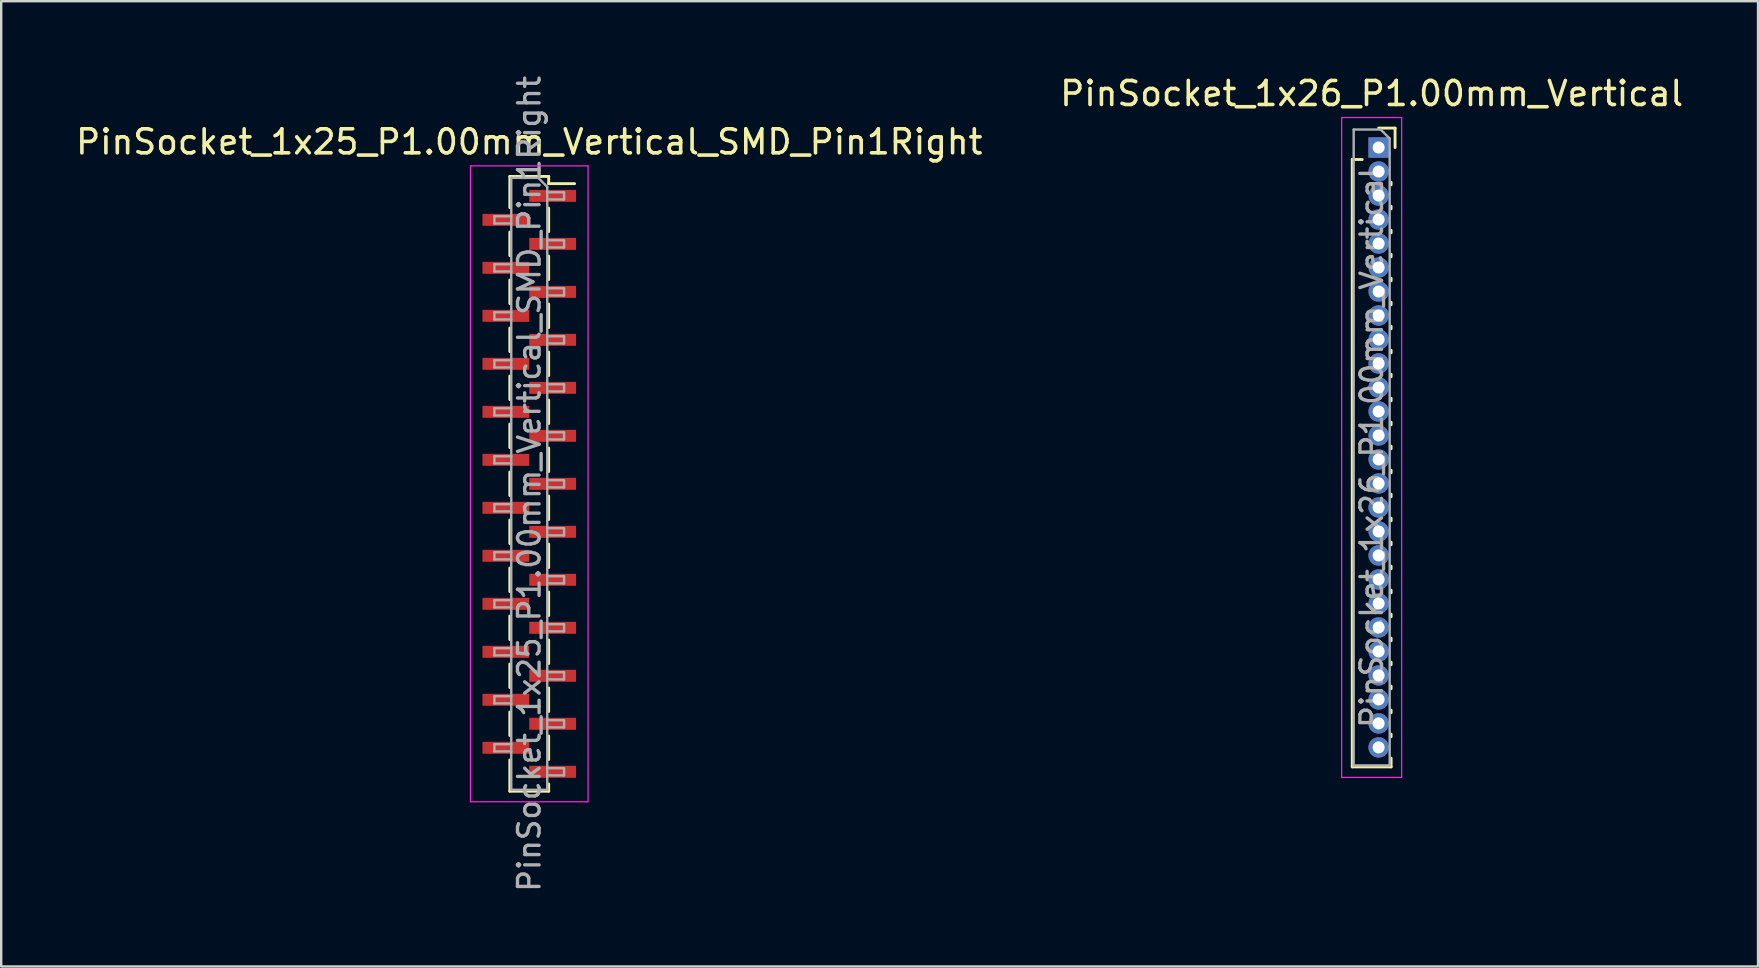
<source format=kicad_pcb>
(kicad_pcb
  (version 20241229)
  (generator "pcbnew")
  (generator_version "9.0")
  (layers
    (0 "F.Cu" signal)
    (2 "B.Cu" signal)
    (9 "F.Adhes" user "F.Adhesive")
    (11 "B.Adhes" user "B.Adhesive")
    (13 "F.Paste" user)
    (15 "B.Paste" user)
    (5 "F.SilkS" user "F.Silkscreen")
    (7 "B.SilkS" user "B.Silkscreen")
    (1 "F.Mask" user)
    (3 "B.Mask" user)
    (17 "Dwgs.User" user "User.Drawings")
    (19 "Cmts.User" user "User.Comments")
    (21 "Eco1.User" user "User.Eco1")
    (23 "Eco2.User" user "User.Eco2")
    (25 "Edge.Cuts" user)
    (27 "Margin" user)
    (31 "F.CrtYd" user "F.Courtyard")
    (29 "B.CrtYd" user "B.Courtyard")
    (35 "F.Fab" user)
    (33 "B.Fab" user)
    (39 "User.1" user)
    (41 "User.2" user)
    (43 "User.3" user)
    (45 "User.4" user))
  (footprint "PinSocket_1x25_P1.00mm_Vertical_SMD_Pin1Right"
    (layer "F.Cu")
    (at 19.006 17.113)
    (property "Reference" "PinSocket_1x25_P1.00mm_Vertical_SMD_Pin1Right" (at 0 -14.25 0) (layer "F.SilkS") (effects (font (size 1 1) (thickness 0.15))))
    (attr smd)
    (fp_line (start -0.81 -12.81) (end -0.81 -11.51) (stroke (width 0.12) (type solid)) (layer "F.SilkS"))
    (fp_line (start -0.81 -12.81) (end 0.81 -12.81) (stroke (width 0.12) (type solid)) (layer "F.SilkS"))
    (fp_line (start -0.81 -10.49) (end -0.81 -9.51) (stroke (width 0.12) (type solid)) (layer "F.SilkS"))
    (fp_line (start -0.81 -8.49) (end -0.81 -7.51) (stroke (width 0.12) (type solid)) (layer "F.SilkS"))
    (fp_line (start -0.81 -6.49) (end -0.81 -5.51) (stroke (width 0.12) (type solid)) (layer "F.SilkS"))
    (fp_line (start -0.81 -4.49) (end -0.81 -3.51) (stroke (width 0.12) (type solid)) (layer "F.SilkS"))
    (fp_line (start -0.81 -2.49) (end -0.81 -1.51) (stroke (width 0.12) (type solid)) (layer "F.SilkS"))
    (fp_line (start -0.81 -0.49) (end -0.81 0.49) (stroke (width 0.12) (type solid)) (layer "F.SilkS"))
    (fp_line (start -0.81 1.51) (end -0.81 2.49) (stroke (width 0.12) (type solid)) (layer "F.SilkS"))
    (fp_line (start -0.81 3.51) (end -0.81 4.49) (stroke (width 0.12) (type solid)) (layer "F.SilkS"))
    (fp_line (start -0.81 5.51) (end -0.81 6.49) (stroke (width 0.12) (type solid)) (layer "F.SilkS"))
    (fp_line (start -0.81 7.51) (end -0.81 8.49) (stroke (width 0.12) (type solid)) (layer "F.SilkS"))
    (fp_line (start -0.81 9.51) (end -0.81 10.49) (stroke (width 0.12) (type solid)) (layer "F.SilkS"))
    (fp_line (start -0.81 11.51) (end -0.81 12.81) (stroke (width 0.12) (type solid)) (layer "F.SilkS"))
    (fp_line (start -0.81 12.81) (end 0.81 12.81) (stroke (width 0.12) (type solid)) (layer "F.SilkS"))
    (fp_line (start 0.81 -12.81) (end 0.81 -12.51) (stroke (width 0.12) (type solid)) (layer "F.SilkS"))
    (fp_line (start 0.81 -12.51) (end 1.89 -12.51) (stroke (width 0.12) (type solid)) (layer "F.SilkS"))
    (fp_line (start 0.81 -11.49) (end 0.81 -10.51) (stroke (width 0.12) (type solid)) (layer "F.SilkS"))
    (fp_line (start 0.81 -9.49) (end 0.81 -8.51) (stroke (width 0.12) (type solid)) (layer "F.SilkS"))
    (fp_line (start 0.81 -7.49) (end 0.81 -6.51) (stroke (width 0.12) (type solid)) (layer "F.SilkS"))
    (fp_line (start 0.81 -5.49) (end 0.81 -4.51) (stroke (width 0.12) (type solid)) (layer "F.SilkS"))
    (fp_line (start 0.81 -3.49) (end 0.81 -2.51) (stroke (width 0.12) (type solid)) (layer "F.SilkS"))
    (fp_line (start 0.81 -1.49) (end 0.81 -0.51) (stroke (width 0.12) (type solid)) (layer "F.SilkS"))
    (fp_line (start 0.81 0.51) (end 0.81 1.49) (stroke (width 0.12) (type solid)) (layer "F.SilkS"))
    (fp_line (start 0.81 2.51) (end 0.81 3.49) (stroke (width 0.12) (type solid)) (layer "F.SilkS"))
    (fp_line (start 0.81 4.51) (end 0.81 5.49) (stroke (width 0.12) (type solid)) (layer "F.SilkS"))
    (fp_line (start 0.81 6.51) (end 0.81 7.49) (stroke (width 0.12) (type solid)) (layer "F.SilkS"))
    (fp_line (start 0.81 8.51) (end 0.81 9.49) (stroke (width 0.12) (type solid)) (layer "F.SilkS"))
    (fp_line (start 0.81 10.51) (end 0.81 11.49) (stroke (width 0.12) (type solid)) (layer "F.SilkS"))
    (fp_line (start 0.81 12.51) (end 0.81 12.81) (stroke (width 0.12) (type solid)) (layer "F.SilkS"))
    (fp_line (start -2.45 -13.25) (end 2.45 -13.25) (stroke (width 0.05) (type solid)) (layer "F.CrtYd"))
    (fp_line (start -2.45 13.25) (end -2.45 -13.25) (stroke (width 0.05) (type solid)) (layer "F.CrtYd"))
    (fp_line (start 2.45 -13.25) (end 2.45 13.25) (stroke (width 0.05) (type solid)) (layer "F.CrtYd"))
    (fp_line (start 2.45 13.25) (end -2.45 13.25) (stroke (width 0.05) (type solid)) (layer "F.CrtYd"))
    (fp_line (start -1.45 -11.15) (end -0.75 -11.15) (stroke (width 0.1) (type solid)) (layer "F.Fab"))
    (fp_line (start -1.45 -10.85) (end -1.45 -11.15) (stroke (width 0.1) (type solid)) (layer "F.Fab"))
    (fp_line (start -1.45 -9.15) (end -0.75 -9.15) (stroke (width 0.1) (type solid)) (layer "F.Fab"))
    (fp_line (start -1.45 -8.85) (end -1.45 -9.15) (stroke (width 0.1) (type solid)) (layer "F.Fab"))
    (fp_line (start -1.45 -7.15) (end -0.75 -7.15) (stroke (width 0.1) (type solid)) (layer "F.Fab"))
    (fp_line (start -1.45 -6.85) (end -1.45 -7.15) (stroke (width 0.1) (type solid)) (layer "F.Fab"))
    (fp_line (start -1.45 -5.15) (end -0.75 -5.15) (stroke (width 0.1) (type solid)) (layer "F.Fab"))
    (fp_line (start -1.45 -4.85) (end -1.45 -5.15) (stroke (width 0.1) (type solid)) (layer "F.Fab"))
    (fp_line (start -1.45 -3.15) (end -0.75 -3.15) (stroke (width 0.1) (type solid)) (layer "F.Fab"))
    (fp_line (start -1.45 -2.85) (end -1.45 -3.15) (stroke (width 0.1) (type solid)) (layer "F.Fab"))
    (fp_line (start -1.45 -1.15) (end -0.75 -1.15) (stroke (width 0.1) (type solid)) (layer "F.Fab"))
    (fp_line (start -1.45 -0.85) (end -1.45 -1.15) (stroke (width 0.1) (type solid)) (layer "F.Fab"))
    (fp_line (start -1.45 0.85) (end -0.75 0.85) (stroke (width 0.1) (type solid)) (layer "F.Fab"))
    (fp_line (start -1.45 1.15) (end -1.45 0.85) (stroke (width 0.1) (type solid)) (layer "F.Fab"))
    (fp_line (start -1.45 2.85) (end -0.75 2.85) (stroke (width 0.1) (type solid)) (layer "F.Fab"))
    (fp_line (start -1.45 3.15) (end -1.45 2.85) (stroke (width 0.1) (type solid)) (layer "F.Fab"))
    (fp_line (start -1.45 4.85) (end -0.75 4.85) (stroke (width 0.1) (type solid)) (layer "F.Fab"))
    (fp_line (start -1.45 5.15) (end -1.45 4.85) (stroke (width 0.1) (type solid)) (layer "F.Fab"))
    (fp_line (start -1.45 6.85) (end -0.75 6.85) (stroke (width 0.1) (type solid)) (layer "F.Fab"))
    (fp_line (start -1.45 7.15) (end -1.45 6.85) (stroke (width 0.1) (type solid)) (layer "F.Fab"))
    (fp_line (start -1.45 8.85) (end -0.75 8.85) (stroke (width 0.1) (type solid)) (layer "F.Fab"))
    (fp_line (start -1.45 9.15) (end -1.45 8.85) (stroke (width 0.1) (type solid)) (layer "F.Fab"))
    (fp_line (start -1.45 10.85) (end -0.75 10.85) (stroke (width 0.1) (type solid)) (layer "F.Fab"))
    (fp_line (start -1.45 11.15) (end -1.45 10.85) (stroke (width 0.1) (type solid)) (layer "F.Fab"))
    (fp_line (start -0.75 -12.75) (end 0.375 -12.75) (stroke (width 0.1) (type solid)) (layer "F.Fab"))
    (fp_line (start -0.75 -10.85) (end -1.45 -10.85) (stroke (width 0.1) (type solid)) (layer "F.Fab"))
    (fp_line (start -0.75 -8.85) (end -1.45 -8.85) (stroke (width 0.1) (type solid)) (layer "F.Fab"))
    (fp_line (start -0.75 -6.85) (end -1.45 -6.85) (stroke (width 0.1) (type solid)) (layer "F.Fab"))
    (fp_line (start -0.75 -4.85) (end -1.45 -4.85) (stroke (width 0.1) (type solid)) (layer "F.Fab"))
    (fp_line (start -0.75 -2.85) (end -1.45 -2.85) (stroke (width 0.1) (type solid)) (layer "F.Fab"))
    (fp_line (start -0.75 -0.85) (end -1.45 -0.85) (stroke (width 0.1) (type solid)) (layer "F.Fab"))
    (fp_line (start -0.75 1.15) (end -1.45 1.15) (stroke (width 0.1) (type solid)) (layer "F.Fab"))
    (fp_line (start -0.75 3.15) (end -1.45 3.15) (stroke (width 0.1) (type solid)) (layer "F.Fab"))
    (fp_line (start -0.75 5.15) (end -1.45 5.15) (stroke (width 0.1) (type solid)) (layer "F.Fab"))
    (fp_line (start -0.75 7.15) (end -1.45 7.15) (stroke (width 0.1) (type solid)) (layer "F.Fab"))
    (fp_line (start -0.75 9.15) (end -1.45 9.15) (stroke (width 0.1) (type solid)) (layer "F.Fab"))
    (fp_line (start -0.75 11.15) (end -1.45 11.15) (stroke (width 0.1) (type solid)) (layer "F.Fab"))
    (fp_line (start -0.75 12.75) (end -0.75 -12.75) (stroke (width 0.1) (type solid)) (layer "F.Fab"))
    (fp_line (start 0.375 -12.75) (end 0.75 -12.375) (stroke (width 0.1) (type solid)) (layer "F.Fab"))
    (fp_line (start 0.75 -12.375) (end 0.75 12.75) (stroke (width 0.1) (type solid)) (layer "F.Fab"))
    (fp_line (start 0.75 -12.15) (end 1.45 -12.15) (stroke (width 0.1) (type solid)) (layer "F.Fab"))
    (fp_line (start 0.75 -10.15) (end 1.45 -10.15) (stroke (width 0.1) (type solid)) (layer "F.Fab"))
    (fp_line (start 0.75 -8.15) (end 1.45 -8.15) (stroke (width 0.1) (type solid)) (layer "F.Fab"))
    (fp_line (start 0.75 -6.15) (end 1.45 -6.15) (stroke (width 0.1) (type solid)) (layer "F.Fab"))
    (fp_line (start 0.75 -4.15) (end 1.45 -4.15) (stroke (width 0.1) (type solid)) (layer "F.Fab"))
    (fp_line (start 0.75 -2.15) (end 1.45 -2.15) (stroke (width 0.1) (type solid)) (layer "F.Fab"))
    (fp_line (start 0.75 -0.15) (end 1.45 -0.15) (stroke (width 0.1) (type solid)) (layer "F.Fab"))
    (fp_line (start 0.75 1.85) (end 1.45 1.85) (stroke (width 0.1) (type solid)) (layer "F.Fab"))
    (fp_line (start 0.75 3.85) (end 1.45 3.85) (stroke (width 0.1) (type solid)) (layer "F.Fab"))
    (fp_line (start 0.75 5.85) (end 1.45 5.85) (stroke (width 0.1) (type solid)) (layer "F.Fab"))
    (fp_line (start 0.75 7.85) (end 1.45 7.85) (stroke (width 0.1) (type solid)) (layer "F.Fab"))
    (fp_line (start 0.75 9.85) (end 1.45 9.85) (stroke (width 0.1) (type solid)) (layer "F.Fab"))
    (fp_line (start 0.75 11.85) (end 1.45 11.85) (stroke (width 0.1) (type solid)) (layer "F.Fab"))
    (fp_line (start 0.75 12.75) (end -0.75 12.75) (stroke (width 0.1) (type solid)) (layer "F.Fab"))
    (fp_line (start 1.45 -12.15) (end 1.45 -11.85) (stroke (width 0.1) (type solid)) (layer "F.Fab"))
    (fp_line (start 1.45 -11.85) (end 0.75 -11.85) (stroke (width 0.1) (type solid)) (layer "F.Fab"))
    (fp_line (start 1.45 -10.15) (end 1.45 -9.85) (stroke (width 0.1) (type solid)) (layer "F.Fab"))
    (fp_line (start 1.45 -9.85) (end 0.75 -9.85) (stroke (width 0.1) (type solid)) (layer "F.Fab"))
    (fp_line (start 1.45 -8.15) (end 1.45 -7.85) (stroke (width 0.1) (type solid)) (layer "F.Fab"))
    (fp_line (start 1.45 -7.85) (end 0.75 -7.85) (stroke (width 0.1) (type solid)) (layer "F.Fab"))
    (fp_line (start 1.45 -6.15) (end 1.45 -5.85) (stroke (width 0.1) (type solid)) (layer "F.Fab"))
    (fp_line (start 1.45 -5.85) (end 0.75 -5.85) (stroke (width 0.1) (type solid)) (layer "F.Fab"))
    (fp_line (start 1.45 -4.15) (end 1.45 -3.85) (stroke (width 0.1) (type solid)) (layer "F.Fab"))
    (fp_line (start 1.45 -3.85) (end 0.75 -3.85) (stroke (width 0.1) (type solid)) (layer "F.Fab"))
    (fp_line (start 1.45 -2.15) (end 1.45 -1.85) (stroke (width 0.1) (type solid)) (layer "F.Fab"))
    (fp_line (start 1.45 -1.85) (end 0.75 -1.85) (stroke (width 0.1) (type solid)) (layer "F.Fab"))
    (fp_line (start 1.45 -0.15) (end 1.45 0.15) (stroke (width 0.1) (type solid)) (layer "F.Fab"))
    (fp_line (start 1.45 0.15) (end 0.75 0.15) (stroke (width 0.1) (type solid)) (layer "F.Fab"))
    (fp_line (start 1.45 1.85) (end 1.45 2.15) (stroke (width 0.1) (type solid)) (layer "F.Fab"))
    (fp_line (start 1.45 2.15) (end 0.75 2.15) (stroke (width 0.1) (type solid)) (layer "F.Fab"))
    (fp_line (start 1.45 3.85) (end 1.45 4.15) (stroke (width 0.1) (type solid)) (layer "F.Fab"))
    (fp_line (start 1.45 4.15) (end 0.75 4.15) (stroke (width 0.1) (type solid)) (layer "F.Fab"))
    (fp_line (start 1.45 5.85) (end 1.45 6.15) (stroke (width 0.1) (type solid)) (layer "F.Fab"))
    (fp_line (start 1.45 6.15) (end 0.75 6.15) (stroke (width 0.1) (type solid)) (layer "F.Fab"))
    (fp_line (start 1.45 7.85) (end 1.45 8.15) (stroke (width 0.1) (type solid)) (layer "F.Fab"))
    (fp_line (start 1.45 8.15) (end 0.75 8.15) (stroke (width 0.1) (type solid)) (layer "F.Fab"))
    (fp_line (start 1.45 9.85) (end 1.45 10.15) (stroke (width 0.1) (type solid)) (layer "F.Fab"))
    (fp_line (start 1.45 10.15) (end 0.75 10.15) (stroke (width 0.1) (type solid)) (layer "F.Fab"))
    (fp_line (start 1.45 11.85) (end 1.45 12.15) (stroke (width 0.1) (type solid)) (layer "F.Fab"))
    (fp_line (start 1.45 12.15) (end 0.75 12.15) (stroke (width 0.1) (type solid)) (layer "F.Fab"))
    (fp_text user "${REFERENCE}" (at 0 0 90) (layer "F.Fab") (effects (font (size 0.9 0.9) (thickness 0.14))))
    (pad "1" smd rect (at 0.975 -12) (size 1.95 0.5) (layers "F.Cu" "F.Mask" "F.Paste"))
    (pad "2" smd rect (at -0.975 -11) (size 1.95 0.5) (layers "F.Cu" "F.Mask" "F.Paste"))
    (pad "3" smd rect (at 0.975 -10) (size 1.95 0.5) (layers "F.Cu" "F.Mask" "F.Paste"))
    (pad "4" smd rect (at -0.975 -9) (size 1.95 0.5) (layers "F.Cu" "F.Mask" "F.Paste"))
    (pad "5" smd rect (at 0.975 -8) (size 1.95 0.5) (layers "F.Cu" "F.Mask" "F.Paste"))
    (pad "6" smd rect (at -0.975 -7) (size 1.95 0.5) (layers "F.Cu" "F.Mask" "F.Paste"))
    (pad "7" smd rect (at 0.975 -6) (size 1.95 0.5) (layers "F.Cu" "F.Mask" "F.Paste"))
    (pad "8" smd rect (at -0.975 -5) (size 1.95 0.5) (layers "F.Cu" "F.Mask" "F.Paste"))
    (pad "9" smd rect (at 0.975 -4) (size 1.95 0.5) (layers "F.Cu" "F.Mask" "F.Paste"))
    (pad "10" smd rect (at -0.975 -3) (size 1.95 0.5) (layers "F.Cu" "F.Mask" "F.Paste"))
    (pad "11" smd rect (at 0.975 -2) (size 1.95 0.5) (layers "F.Cu" "F.Mask" "F.Paste"))
    (pad "12" smd rect (at -0.975 -1) (size 1.95 0.5) (layers "F.Cu" "F.Mask" "F.Paste"))
    (pad "13" smd rect (at 0.975 0) (size 1.95 0.5) (layers "F.Cu" "F.Mask" "F.Paste"))
    (pad "14" smd rect (at -0.975 1) (size 1.95 0.5) (layers "F.Cu" "F.Mask" "F.Paste"))
    (pad "15" smd rect (at 0.975 2) (size 1.95 0.5) (layers "F.Cu" "F.Mask" "F.Paste"))
    (pad "16" smd rect (at -0.975 3) (size 1.95 0.5) (layers "F.Cu" "F.Mask" "F.Paste"))
    (pad "17" smd rect (at 0.975 4) (size 1.95 0.5) (layers "F.Cu" "F.Mask" "F.Paste"))
    (pad "18" smd rect (at -0.975 5) (size 1.95 0.5) (layers "F.Cu" "F.Mask" "F.Paste"))
    (pad "19" smd rect (at 0.975 6) (size 1.95 0.5) (layers "F.Cu" "F.Mask" "F.Paste"))
    (pad "20" smd rect (at -0.975 7) (size 1.95 0.5) (layers "F.Cu" "F.Mask" "F.Paste"))
    (pad "21" smd rect (at 0.975 8) (size 1.95 0.5) (layers "F.Cu" "F.Mask" "F.Paste"))
    (pad "22" smd rect (at -0.975 9) (size 1.95 0.5) (layers "F.Cu" "F.Mask" "F.Paste"))
    (pad "23" smd rect (at 0.975 10) (size 1.95 0.5) (layers "F.Cu" "F.Mask" "F.Paste"))
    (pad "24" smd rect (at -0.975 11) (size 1.95 0.5) (layers "F.Cu" "F.Mask" "F.Paste"))
    (pad "25" smd rect (at 0.975 12) (size 1.95 0.5) (layers "F.Cu" "F.Mask" "F.Paste")))
  (footprint "PinSocket_1x26_P1.00mm_Vertical"
    (layer "F.Cu")
    (at 54.403 3.098)
    (property "Reference" "PinSocket_1x26_P1.00mm_Vertical" (at -0.29 -2.25 0) (layer "F.SilkS") (effects (font (size 1 1) (thickness 0.15))))
    (attr through_hole)
    (fp_line (start -1.1 0.5) (end -1.1 25.81) (stroke (width 0.12) (type solid)) (layer "F.SilkS"))
    (fp_line (start -1.1 0.5) (end -0.685 0.5) (stroke (width 0.12) (type solid)) (layer "F.SilkS"))
    (fp_line (start -1.1 25.81) (end 0.52 25.81) (stroke (width 0.12) (type solid)) (layer "F.SilkS"))
    (fp_line (start 0 -0.81) (end 0.685 -0.81) (stroke (width 0.12) (type solid)) (layer "F.SilkS"))
    (fp_line (start 0.52 1.446) (end 0.52 1.554) (stroke (width 0.12) (type solid)) (layer "F.SilkS"))
    (fp_line (start 0.52 2.446) (end 0.52 2.554) (stroke (width 0.12) (type solid)) (layer "F.SilkS"))
    (fp_line (start 0.52 3.446) (end 0.52 3.554) (stroke (width 0.12) (type solid)) (layer "F.SilkS"))
    (fp_line (start 0.52 4.446) (end 0.52 4.554) (stroke (width 0.12) (type solid)) (layer "F.SilkS"))
    (fp_line (start 0.52 5.446) (end 0.52 5.554) (stroke (width 0.12) (type solid)) (layer "F.SilkS"))
    (fp_line (start 0.52 6.446) (end 0.52 6.554) (stroke (width 0.12) (type solid)) (layer "F.SilkS"))
    (fp_line (start 0.52 7.446) (end 0.52 7.554) (stroke (width 0.12) (type solid)) (layer "F.SilkS"))
    (fp_line (start 0.52 8.446) (end 0.52 8.554) (stroke (width 0.12) (type solid)) (layer "F.SilkS"))
    (fp_line (start 0.52 9.446) (end 0.52 9.554) (stroke (width 0.12) (type solid)) (layer "F.SilkS"))
    (fp_line (start 0.52 10.446) (end 0.52 10.554) (stroke (width 0.12) (type solid)) (layer "F.SilkS"))
    (fp_line (start 0.52 11.446) (end 0.52 11.554) (stroke (width 0.12) (type solid)) (layer "F.SilkS"))
    (fp_line (start 0.52 12.446) (end 0.52 12.554) (stroke (width 0.12) (type solid)) (layer "F.SilkS"))
    (fp_line (start 0.52 13.446) (end 0.52 13.554) (stroke (width 0.12) (type solid)) (layer "F.SilkS"))
    (fp_line (start 0.52 14.446) (end 0.52 14.554) (stroke (width 0.12) (type solid)) (layer "F.SilkS"))
    (fp_line (start 0.52 15.446) (end 0.52 15.554) (stroke (width 0.12) (type solid)) (layer "F.SilkS"))
    (fp_line (start 0.52 16.446) (end 0.52 16.554) (stroke (width 0.12) (type solid)) (layer "F.SilkS"))
    (fp_line (start 0.52 17.446) (end 0.52 17.554) (stroke (width 0.12) (type solid)) (layer "F.SilkS"))
    (fp_line (start 0.52 18.446) (end 0.52 18.554) (stroke (width 0.12) (type solid)) (layer "F.SilkS"))
    (fp_line (start 0.52 19.446) (end 0.52 19.554) (stroke (width 0.12) (type solid)) (layer "F.SilkS"))
    (fp_line (start 0.52 20.446) (end 0.52 20.554) (stroke (width 0.12) (type solid)) (layer "F.SilkS"))
    (fp_line (start 0.52 21.446) (end 0.52 21.554) (stroke (width 0.12) (type solid)) (layer "F.SilkS"))
    (fp_line (start 0.52 22.446) (end 0.52 22.554) (stroke (width 0.12) (type solid)) (layer "F.SilkS"))
    (fp_line (start 0.52 23.446) (end 0.52 23.554) (stroke (width 0.12) (type solid)) (layer "F.SilkS"))
    (fp_line (start 0.52 24.446) (end 0.52 24.554) (stroke (width 0.12) (type solid)) (layer "F.SilkS"))
    (fp_line (start 0.52 25.446) (end 0.52 25.81) (stroke (width 0.12) (type solid)) (layer "F.SilkS"))
    (fp_line (start 0.685 -0.81) (end 0.685 0) (stroke (width 0.12) (type solid)) (layer "F.SilkS"))
    (fp_line (start -1.54 -1.25) (end 0.96 -1.25) (stroke (width 0.05) (type solid)) (layer "F.CrtYd"))
    (fp_line (start -1.54 26.25) (end -1.54 -1.25) (stroke (width 0.05) (type solid)) (layer "F.CrtYd"))
    (fp_line (start 0.96 -1.25) (end 0.96 26.25) (stroke (width 0.05) (type solid)) (layer "F.CrtYd"))
    (fp_line (start 0.96 26.25) (end -1.54 26.25) (stroke (width 0.05) (type solid)) (layer "F.CrtYd"))
    (fp_line (start -1.04 -0.75) (end 0.085 -0.75) (stroke (width 0.1) (type solid)) (layer "F.Fab"))
    (fp_line (start -1.04 25.75) (end -1.04 -0.75) (stroke (width 0.1) (type solid)) (layer "F.Fab"))
    (fp_line (start 0.085 -0.75) (end 0.46 -0.375) (stroke (width 0.1) (type solid)) (layer "F.Fab"))
    (fp_line (start 0.46 -0.375) (end 0.46 25.75) (stroke (width 0.1) (type solid)) (layer "F.Fab"))
    (fp_line (start 0.46 25.75) (end -1.04 25.75) (stroke (width 0.1) (type solid)) (layer "F.Fab"))
    (fp_text user "${REFERENCE}" (at -0.29 12.5 90) (layer "F.Fab") (effects (font (size 0.9 0.9) (thickness 0.14))))
    (pad "1" thru_hole rect (at 0 0) (size 0.85 0.85) (drill 0.5) (layers "*.Cu" "*.Mask"))
    (pad "2" thru_hole oval (at 0 1) (size 0.85 0.85) (drill 0.5) (layers "*.Cu" "*.Mask"))
    (pad "3" thru_hole oval (at 0 2) (size 0.85 0.85) (drill 0.5) (layers "*.Cu" "*.Mask"))
    (pad "4" thru_hole oval (at 0 3) (size 0.85 0.85) (drill 0.5) (layers "*.Cu" "*.Mask"))
    (pad "5" thru_hole oval (at 0 4) (size 0.85 0.85) (drill 0.5) (layers "*.Cu" "*.Mask"))
    (pad "6" thru_hole oval (at 0 5) (size 0.85 0.85) (drill 0.5) (layers "*.Cu" "*.Mask"))
    (pad "7" thru_hole oval (at 0 6) (size 0.85 0.85) (drill 0.5) (layers "*.Cu" "*.Mask"))
    (pad "8" thru_hole oval (at 0 7) (size 0.85 0.85) (drill 0.5) (layers "*.Cu" "*.Mask"))
    (pad "9" thru_hole oval (at 0 8) (size 0.85 0.85) (drill 0.5) (layers "*.Cu" "*.Mask"))
    (pad "10" thru_hole oval (at 0 9) (size 0.85 0.85) (drill 0.5) (layers "*.Cu" "*.Mask"))
    (pad "11" thru_hole oval (at 0 10) (size 0.85 0.85) (drill 0.5) (layers "*.Cu" "*.Mask"))
    (pad "12" thru_hole oval (at 0 11) (size 0.85 0.85) (drill 0.5) (layers "*.Cu" "*.Mask"))
    (pad "13" thru_hole oval (at 0 12) (size 0.85 0.85) (drill 0.5) (layers "*.Cu" "*.Mask"))
    (pad "14" thru_hole oval (at 0 13) (size 0.85 0.85) (drill 0.5) (layers "*.Cu" "*.Mask"))
    (pad "15" thru_hole oval (at 0 14) (size 0.85 0.85) (drill 0.5) (layers "*.Cu" "*.Mask"))
    (pad "16" thru_hole oval (at 0 15) (size 0.85 0.85) (drill 0.5) (layers "*.Cu" "*.Mask"))
    (pad "17" thru_hole oval (at 0 16) (size 0.85 0.85) (drill 0.5) (layers "*.Cu" "*.Mask"))
    (pad "18" thru_hole oval (at 0 17) (size 0.85 0.85) (drill 0.5) (layers "*.Cu" "*.Mask"))
    (pad "19" thru_hole oval (at 0 18) (size 0.85 0.85) (drill 0.5) (layers "*.Cu" "*.Mask"))
    (pad "20" thru_hole oval (at 0 19) (size 0.85 0.85) (drill 0.5) (layers "*.Cu" "*.Mask"))
    (pad "21" thru_hole oval (at 0 20) (size 0.85 0.85) (drill 0.5) (layers "*.Cu" "*.Mask"))
    (pad "22" thru_hole oval (at 0 21) (size 0.85 0.85) (drill 0.5) (layers "*.Cu" "*.Mask"))
    (pad "23" thru_hole oval (at 0 22) (size 0.85 0.85) (drill 0.5) (layers "*.Cu" "*.Mask"))
    (pad "24" thru_hole oval (at 0 23) (size 0.85 0.85) (drill 0.5) (layers "*.Cu" "*.Mask"))
    (pad "25" thru_hole oval (at 0 24) (size 0.85 0.85) (drill 0.5) (layers "*.Cu" "*.Mask"))
    (pad "26" thru_hole oval (at 0 25) (size 0.85 0.85) (drill 0.5) (layers "*.Cu" "*.Mask")))
  (gr_rect
    (start -3 -3)
    (end 70.214 37.226)
    (stroke (width 0.1) (type default))
    (fill no)
    (layer "Edge.Cuts")))
</source>
